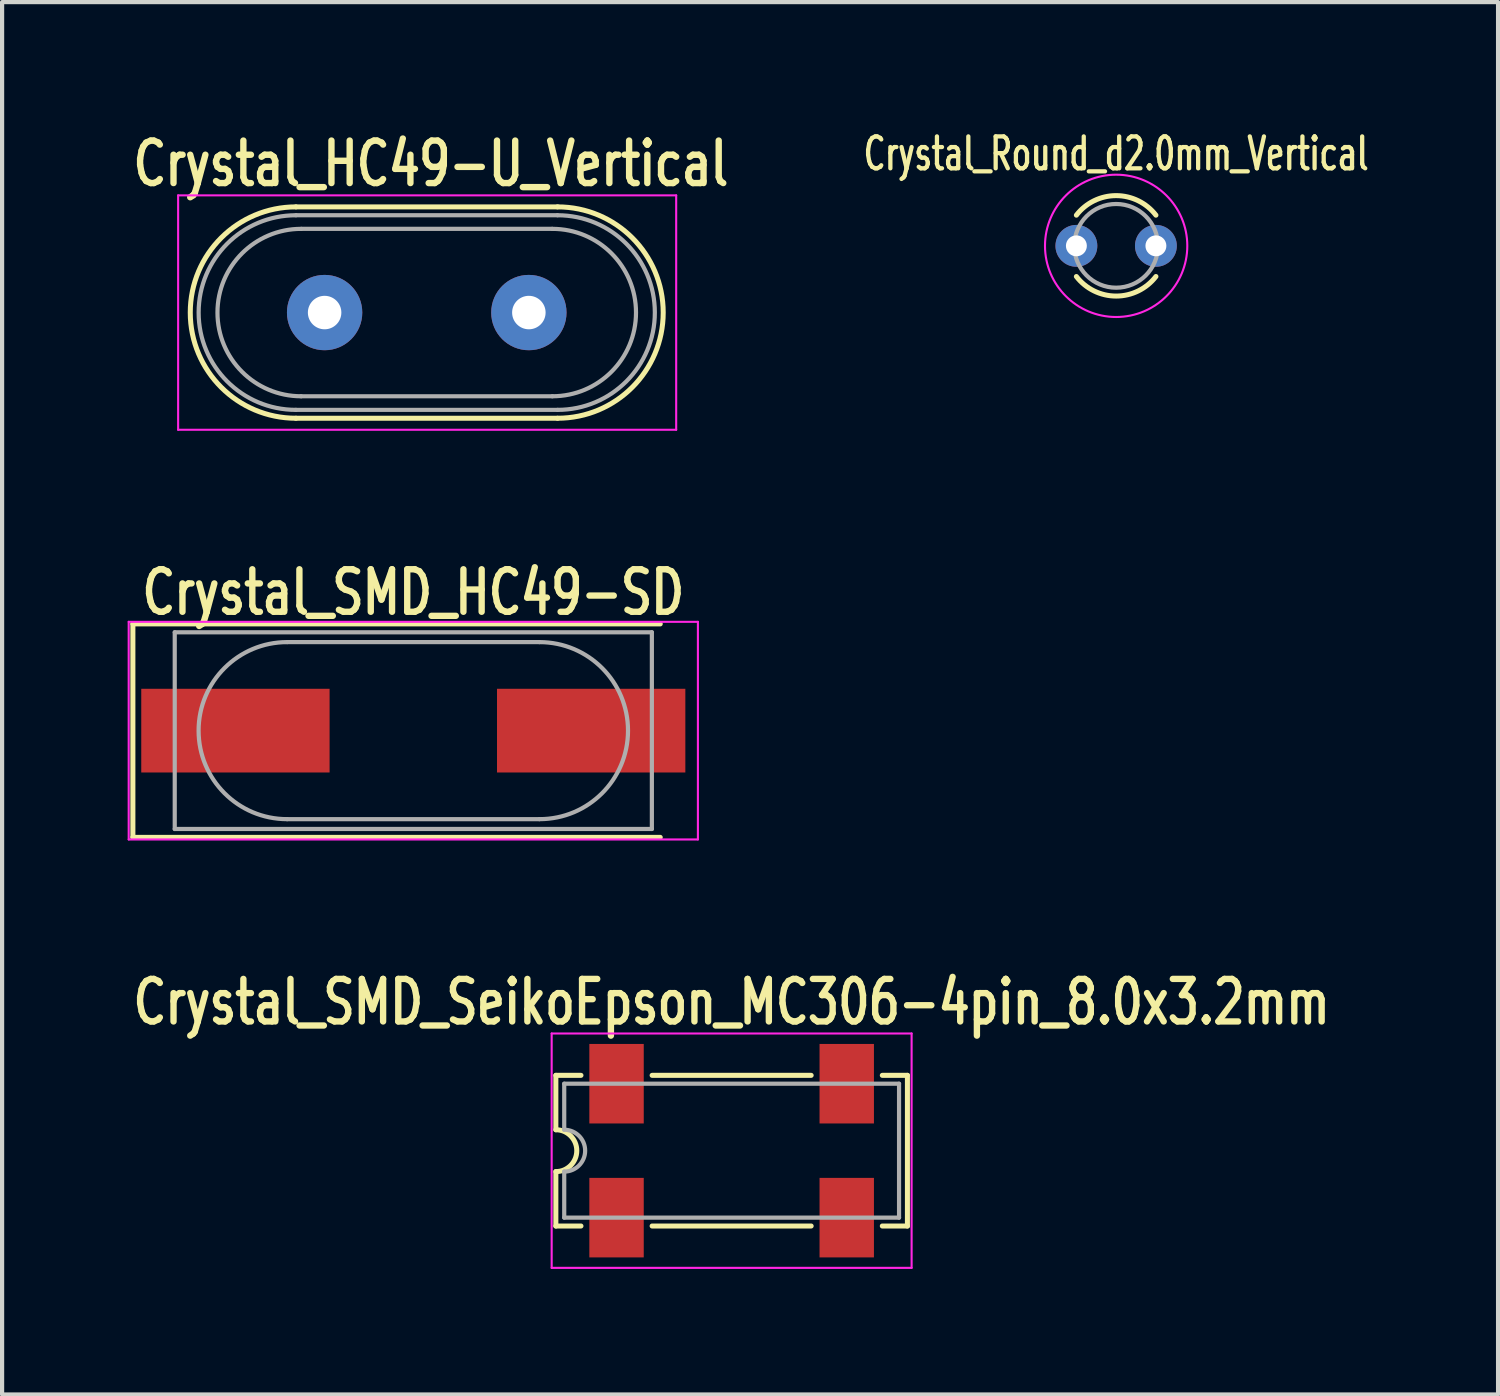
<source format=kicad_pcb>
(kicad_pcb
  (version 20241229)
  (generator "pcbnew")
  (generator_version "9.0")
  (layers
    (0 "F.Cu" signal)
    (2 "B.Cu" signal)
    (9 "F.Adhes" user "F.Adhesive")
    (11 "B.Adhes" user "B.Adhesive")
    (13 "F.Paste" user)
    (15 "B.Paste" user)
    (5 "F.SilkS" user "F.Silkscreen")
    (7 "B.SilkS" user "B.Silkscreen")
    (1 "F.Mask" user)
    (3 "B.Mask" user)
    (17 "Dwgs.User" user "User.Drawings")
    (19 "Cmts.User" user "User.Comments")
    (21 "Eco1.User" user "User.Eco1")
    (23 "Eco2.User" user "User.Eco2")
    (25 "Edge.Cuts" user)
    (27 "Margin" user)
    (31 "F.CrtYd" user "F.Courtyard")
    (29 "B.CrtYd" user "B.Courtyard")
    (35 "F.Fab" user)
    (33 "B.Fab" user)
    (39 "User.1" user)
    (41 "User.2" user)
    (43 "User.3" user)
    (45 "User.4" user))
  (footprint "Crystal_SMD_HC49-SD"
    (layer "F.Cu")
    (at 6.825 14.407)
    (property "Reference" "Crystal_SMD_HC49-SD" (at 0 -3.302 0) (layer "F.SilkS") (effects (font (size 1.016 0.762) (thickness 0.152))))
    (attr smd)
    (fp_line (start -6.7 -2.55) (end -6.7 2.55) (stroke (width 0.12) (type solid)) (layer "F.SilkS"))
    (fp_line (start -6.7 2.55) (end 5.9 2.55) (stroke (width 0.12) (type solid)) (layer "F.SilkS"))
    (fp_line (start 5.9 -2.55) (end -6.7 -2.55) (stroke (width 0.12) (type solid)) (layer "F.SilkS"))
    (fp_line (start -6.8 -2.6) (end -6.8 2.6) (stroke (width 0.05) (type solid)) (layer "F.CrtYd"))
    (fp_line (start -6.8 2.6) (end 6.8 2.6) (stroke (width 0.05) (type solid)) (layer "F.CrtYd"))
    (fp_line (start 6.8 -2.6) (end -6.8 -2.6) (stroke (width 0.05) (type solid)) (layer "F.CrtYd"))
    (fp_line (start 6.8 2.6) (end 6.8 -2.6) (stroke (width 0.05) (type solid)) (layer "F.CrtYd"))
    (fp_line (start -5.7 -2.35) (end -5.7 2.35) (stroke (width 0.1) (type solid)) (layer "F.Fab"))
    (fp_line (start -5.7 2.35) (end 5.7 2.35) (stroke (width 0.1) (type solid)) (layer "F.Fab"))
    (fp_line (start -3.015 -2.115) (end 3.015 -2.115) (stroke (width 0.1) (type solid)) (layer "F.Fab"))
    (fp_line (start -3.015 2.115) (end 3.015 2.115) (stroke (width 0.1) (type solid)) (layer "F.Fab"))
    (fp_line (start 5.7 -2.35) (end -5.7 -2.35) (stroke (width 0.1) (type solid)) (layer "F.Fab"))
    (fp_line (start 5.7 2.35) (end 5.7 -2.35) (stroke (width 0.1) (type solid)) (layer "F.Fab"))
    (fp_arc (start -3.015 2.115) (mid -5.13 0) (end -3.015 -2.115) (stroke (width 0.1) (type solid)) (layer "F.Fab"))
    (fp_arc (start 3.015 -2.115) (mid 5.13 0) (end 3.015 2.115) (stroke (width 0.1) (type solid)) (layer "F.Fab"))
    (pad "1" smd rect (at -4.25 0) (size 4.5 2) (layers "F.Cu" "F.Mask" "F.Paste"))
    (pad "2" smd rect (at 4.25 0) (size 4.5 2) (layers "F.Cu" "F.Mask" "F.Paste")))
  (footprint "Crystal_Round_d2.0mm_Vertical"
    (layer "F.Cu")
    (at 22.668 2.824)
    (property "Reference" "Crystal_Round_d2.0mm_Vertical" (at 0.95 -2.2 0) (layer "F.SilkS") (effects (font (size 0.762 0.508) (thickness 0.102))))
    (attr through_hole)
    (fp_arc (start 0 -0.733144) (mid 0.950178 -1.2) (end 1.900217 -0.732863) (stroke (width 0.12) (type solid)) (layer "F.SilkS"))
    (fp_arc (start 1.900217 0.732863) (mid 0.950178 1.2) (end 0 0.733144) (stroke (width 0.12) (type solid)) (layer "F.SilkS"))
    (fp_circle (center 0.95 0) (end 2.65 0) (stroke (width 0.05) (type solid)) (fill no) (layer "F.CrtYd"))
    (fp_circle (center 0.95 0) (end 1.95 0) (stroke (width 0.1) (type solid)) (fill no) (layer "F.Fab"))
    (pad "1" thru_hole circle (at 0 0) (size 1 1) (drill 0.5) (layers "*.Cu" "*.Mask"))
    (pad "2" thru_hole circle (at 1.9 0) (size 1 1) (drill 0.5) (layers "*.Cu" "*.Mask")))
  (footprint "Crystal_HC49-U_Vertical"
    (layer "F.Cu")
    (at 4.706 4.418)
    (property "Reference" "Crystal_HC49-U_Vertical" (at 2.54 -3.556 0) (layer "F.SilkS") (effects (font (size 1.016 0.762) (thickness 0.152))))
    (attr through_hole)
    (fp_line (start -0.685 -2.525) (end 5.565 -2.525) (stroke (width 0.12) (type solid)) (layer "F.SilkS"))
    (fp_line (start -0.685 2.525) (end 5.565 2.525) (stroke (width 0.12) (type solid)) (layer "F.SilkS"))
    (fp_arc (start -0.685 2.525) (mid -3.21 0) (end -0.685 -2.525) (stroke (width 0.12) (type solid)) (layer "F.SilkS"))
    (fp_arc (start 5.565 -2.525) (mid 8.09 0) (end 5.565 2.525) (stroke (width 0.12) (type solid)) (layer "F.SilkS"))
    (fp_line (start -3.5 -2.8) (end -3.5 2.8) (stroke (width 0.05) (type solid)) (layer "F.CrtYd"))
    (fp_line (start -3.5 2.8) (end 8.4 2.8) (stroke (width 0.05) (type solid)) (layer "F.CrtYd"))
    (fp_line (start 8.4 -2.8) (end -3.5 -2.8) (stroke (width 0.05) (type solid)) (layer "F.CrtYd"))
    (fp_line (start 8.4 2.8) (end 8.4 -2.8) (stroke (width 0.05) (type solid)) (layer "F.CrtYd"))
    (fp_line (start -0.685 -2.325) (end 5.565 -2.325) (stroke (width 0.1) (type solid)) (layer "F.Fab"))
    (fp_line (start -0.685 2.325) (end 5.565 2.325) (stroke (width 0.1) (type solid)) (layer "F.Fab"))
    (fp_line (start -0.56 -2) (end 5.44 -2) (stroke (width 0.1) (type solid)) (layer "F.Fab"))
    (fp_line (start -0.56 2) (end 5.44 2) (stroke (width 0.1) (type solid)) (layer "F.Fab"))
    (fp_arc (start -0.685 2.325) (mid -3.01 0) (end -0.685 -2.325) (stroke (width 0.1) (type solid)) (layer "F.Fab"))
    (fp_arc (start -0.56 2) (mid -2.56 0) (end -0.56 -2) (stroke (width 0.1) (type solid)) (layer "F.Fab"))
    (fp_arc (start 5.44 -2) (mid 7.44 0) (end 5.44 2) (stroke (width 0.1) (type solid)) (layer "F.Fab"))
    (fp_arc (start 5.565 -2.325) (mid 7.89 0) (end 5.565 2.325) (stroke (width 0.1) (type solid)) (layer "F.Fab"))
    (pad "1" thru_hole circle (at 0 0) (size 1.8 1.8) (drill 0.8) (layers "*.Cu" "*.Mask"))
    (pad "2" thru_hole circle (at 4.88 0) (size 1.8 1.8) (drill 0.8) (layers "*.Cu" "*.Mask")))
  (footprint "Crystal_SMD_SeikoEpson_MC306-4pin_8.0x3.2mm"
    (layer "F.Cu")
    (at 14.431 24.443)
    (property "Reference" "Crystal_SMD_SeikoEpson_MC306-4pin_8.0x3.2mm" (at 0 -3.55 0) (layer "F.SilkS") (effects (font (size 1.016 0.762) (thickness 0.152))))
    (attr smd)
    (fp_line (start -4.2 -1.8) (end -3.6 -1.8) (stroke (width 0.12) (type solid)) (layer "F.SilkS"))
    (fp_line (start -4.2 -0.5) (end -4.2 -1.8) (stroke (width 0.12) (type solid)) (layer "F.SilkS"))
    (fp_line (start -4.2 1.8) (end -4.2 0.5) (stroke (width 0.12) (type solid)) (layer "F.SilkS"))
    (fp_line (start -4.2 1.8) (end -3.6 1.8) (stroke (width 0.12) (type solid)) (layer "F.SilkS"))
    (fp_line (start -1.9 -1.8) (end 1.9 -1.8) (stroke (width 0.12) (type solid)) (layer "F.SilkS"))
    (fp_line (start 1.9 1.8) (end -1.9 1.8) (stroke (width 0.12) (type solid)) (layer "F.SilkS"))
    (fp_line (start 3.6 -1.8) (end 4.2 -1.8) (stroke (width 0.12) (type solid)) (layer "F.SilkS"))
    (fp_line (start 4.2 -1.8) (end 4.2 1.8) (stroke (width 0.12) (type solid)) (layer "F.SilkS"))
    (fp_line (start 4.2 1.8) (end 3.6 1.8) (stroke (width 0.12) (type solid)) (layer "F.SilkS"))
    (fp_arc (start -4.2 -0.5) (mid -3.7 0) (end -4.2 0.5) (stroke (width 0.12) (type solid)) (layer "F.SilkS"))
    (fp_line (start -4.3 -2.8) (end -4.3 2.8) (stroke (width 0.05) (type solid)) (layer "F.CrtYd"))
    (fp_line (start -4.3 2.8) (end 4.3 2.8) (stroke (width 0.05) (type solid)) (layer "F.CrtYd"))
    (fp_line (start 4.3 -2.8) (end -4.3 -2.8) (stroke (width 0.05) (type solid)) (layer "F.CrtYd"))
    (fp_line (start 4.3 2.8) (end 4.3 -2.8) (stroke (width 0.05) (type solid)) (layer "F.CrtYd"))
    (fp_line (start -4 -1.6) (end 4 -1.6) (stroke (width 0.1) (type solid)) (layer "F.Fab"))
    (fp_line (start -4 -0.5) (end -4 -1.6) (stroke (width 0.1) (type solid)) (layer "F.Fab"))
    (fp_line (start -4 1.6) (end -4 0.5) (stroke (width 0.1) (type solid)) (layer "F.Fab"))
    (fp_line (start 4 -1.6) (end 4 1.6) (stroke (width 0.1) (type solid)) (layer "F.Fab"))
    (fp_line (start 4 1.6) (end -4 1.6) (stroke (width 0.1) (type solid)) (layer "F.Fab"))
    (fp_arc (start -4 -0.5) (mid -3.5 0) (end -4 0.5) (stroke (width 0.1) (type solid)) (layer "F.Fab"))
    (pad "1" smd rect (at -2.75 1.6) (size 1.3 1.9) (layers "F.Cu" "F.Mask" "F.Paste"))
    (pad "2" smd rect (at 2.75 1.6) (size 1.3 1.9) (layers "F.Cu" "F.Mask" "F.Paste"))
    (pad "3" smd rect (at 2.75 -1.6) (size 1.3 1.9) (layers "F.Cu" "F.Mask" "F.Paste"))
    (pad "4" smd rect (at -2.75 -1.6) (size 1.3 1.9) (layers "F.Cu" "F.Mask" "F.Paste")))
  (gr_rect
    (start -3 -3)
    (end 32.743 30.268)
    (stroke (width 0.1) (type default))
    (fill no)
    (layer "Edge.Cuts")))
</source>
